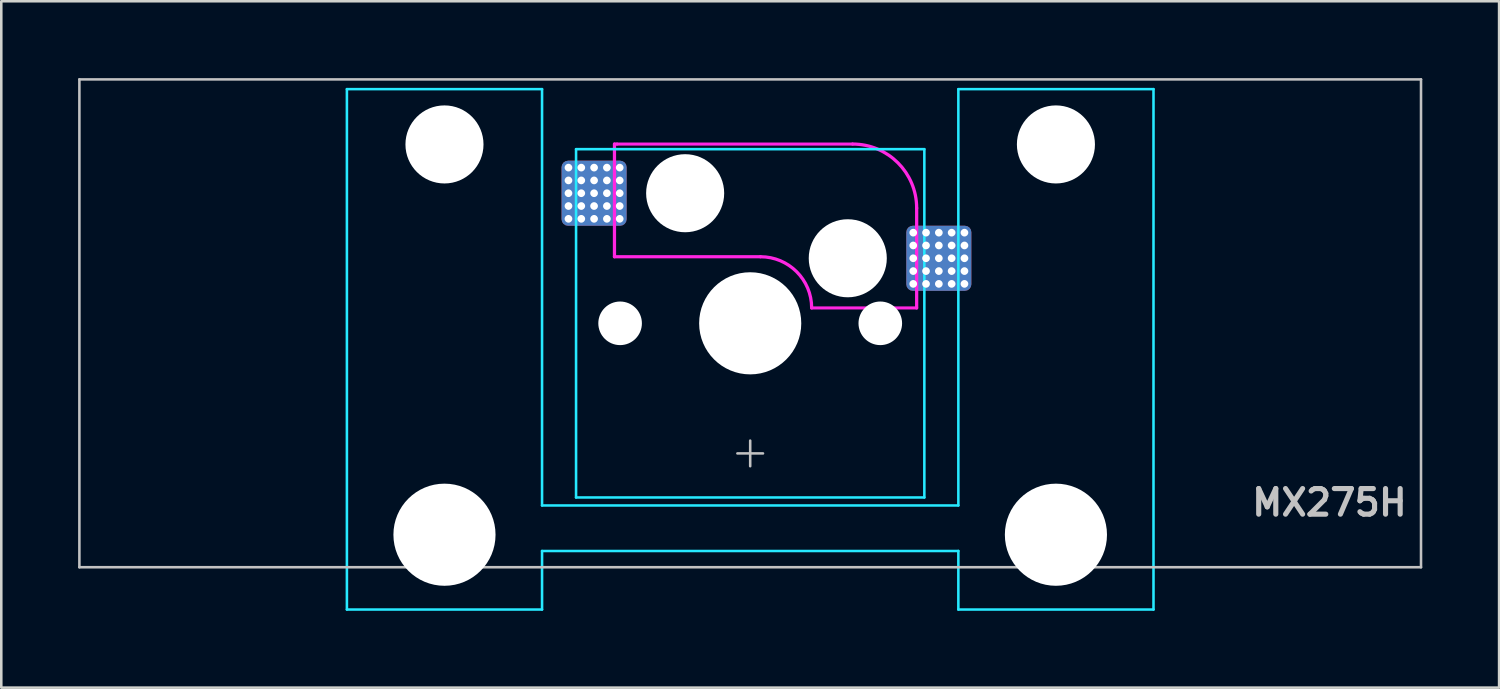
<source format=kicad_pcb>
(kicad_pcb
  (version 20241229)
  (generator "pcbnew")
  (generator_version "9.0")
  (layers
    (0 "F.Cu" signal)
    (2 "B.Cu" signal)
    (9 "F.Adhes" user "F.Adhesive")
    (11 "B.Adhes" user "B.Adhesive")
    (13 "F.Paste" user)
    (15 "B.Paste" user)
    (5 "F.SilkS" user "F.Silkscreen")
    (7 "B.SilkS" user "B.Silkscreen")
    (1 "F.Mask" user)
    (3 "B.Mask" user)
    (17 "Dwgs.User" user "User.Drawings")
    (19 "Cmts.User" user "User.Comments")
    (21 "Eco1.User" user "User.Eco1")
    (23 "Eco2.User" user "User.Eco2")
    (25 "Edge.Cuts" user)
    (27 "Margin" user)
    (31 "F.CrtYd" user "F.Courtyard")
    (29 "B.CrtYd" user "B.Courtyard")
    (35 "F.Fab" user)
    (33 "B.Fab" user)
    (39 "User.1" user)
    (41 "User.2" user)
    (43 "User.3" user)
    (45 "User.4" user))
  (footprint "MX275H"
    (layer "F.Cu")
    (at 26.244 9.575)
    (property "Reference" "MX275H" (at 25.75 7 0) (layer "Dwgs.User") (effects (font (size 1 1) (thickness 0.2)) (justify right)))
    (attr smd)
    (fp_line (start -26.194 -9.525) (end -26.194 9.525) (stroke (width 0.1) (type solid)) (layer "Dwgs.User"))
    (fp_line (start -26.194 -9.525) (end 26.194 -9.525) (stroke (width 0.1) (type solid)) (layer "Dwgs.User"))
    (fp_line (start -26.194 9.525) (end 26.194 9.525) (stroke (width 0.1) (type solid)) (layer "Dwgs.User"))
    (fp_line (start -0.5 5.08) (end 0.5 5.08) (stroke (width 0.1) (type solid)) (layer "Dwgs.User"))
    (fp_line (start 0 4.58) (end 0 5.58) (stroke (width 0.1) (type solid)) (layer "Dwgs.User"))
    (fp_line (start 26.194 -9.525) (end 26.194 9.525) (stroke (width 0.1) (type solid)) (layer "Dwgs.User"))
    (fp_line (start -15.438 -5.485) (end -15.438 8.515) (stroke (width 0.1) (type solid)) (layer "Eco1.User"))
    (fp_line (start -14.938 -5.985) (end -8.938 -5.985) (stroke (width 0.1) (type solid)) (layer "Eco1.User"))
    (fp_line (start -8.938 9.015) (end -14.938 9.015) (stroke (width 0.1) (type solid)) (layer "Eco1.User"))
    (fp_line (start -8.438 8.515) (end -8.438 -5.485) (stroke (width 0.1) (type solid)) (layer "Eco1.User"))
    (fp_line (start -7 -6.5) (end -7 6.5) (stroke (width 0.1) (type solid)) (layer "Eco1.User"))
    (fp_line (start -6.5 7) (end 6.5 7) (stroke (width 0.1) (type solid)) (layer "Eco1.User"))
    (fp_line (start 6.5 -7) (end -6.5 -7) (stroke (width 0.1) (type solid)) (layer "Eco1.User"))
    (fp_line (start 7 6.5) (end 7 -6.5) (stroke (width 0.1) (type solid)) (layer "Eco1.User"))
    (fp_line (start 8.438 -5.485) (end 8.438 8.515) (stroke (width 0.1) (type solid)) (layer "Eco1.User"))
    (fp_line (start 8.938 -5.985) (end 14.938 -5.985) (stroke (width 0.1) (type solid)) (layer "Eco1.User"))
    (fp_line (start 14.938 9.015) (end 8.938 9.015) (stroke (width 0.1) (type solid)) (layer "Eco1.User"))
    (fp_line (start 15.438 8.515) (end 15.438 -5.485) (stroke (width 0.1) (type solid)) (layer "Eco1.User"))
    (fp_arc (start -15.438 -5.485) (mid -15.291553 -5.838553) (end -14.938 -5.985) (stroke (width 0.1) (type solid)) (layer "Eco1.User"))
    (fp_arc (start -14.938 9.015) (mid -15.291553 8.868553) (end -15.438 8.515) (stroke (width 0.1) (type solid)) (layer "Eco1.User"))
    (fp_arc (start -8.938 -5.985) (mid -8.584447 -5.838553) (end -8.438 -5.485) (stroke (width 0.1) (type solid)) (layer "Eco1.User"))
    (fp_arc (start -8.438 8.515) (mid -8.584447 8.868553) (end -8.938 9.015) (stroke (width 0.1) (type solid)) (layer "Eco1.User"))
    (fp_arc (start -7 -6.5) (mid -6.853553 -6.853553) (end -6.5 -7) (stroke (width 0.1) (type solid)) (layer "Eco1.User"))
    (fp_arc (start -6.5 7) (mid -6.853553 6.853553) (end -7 6.5) (stroke (width 0.1) (type solid)) (layer "Eco1.User"))
    (fp_arc (start 6.5 -7) (mid 6.853553 -6.853553) (end 7 -6.5) (stroke (width 0.1) (type solid)) (layer "Eco1.User"))
    (fp_arc (start 7 6.5) (mid 6.853553 6.853553) (end 6.5 7) (stroke (width 0.1) (type solid)) (layer "Eco1.User"))
    (fp_arc (start 8.438 -5.485) (mid 8.584447 -5.838553) (end 8.938 -5.985) (stroke (width 0.1) (type solid)) (layer "Eco1.User"))
    (fp_arc (start 8.938 9.015) (mid 8.584447 8.868553) (end 8.438 8.515) (stroke (width 0.1) (type solid)) (layer "Eco1.User"))
    (fp_arc (start 14.938 -5.985) (mid 15.291553 -5.838553) (end 15.438 -5.485) (stroke (width 0.1) (type solid)) (layer "Eco1.User"))
    (fp_arc (start 15.438 8.515) (mid 15.291553 8.868553) (end 14.938 9.015) (stroke (width 0.1) (type solid)) (layer "Eco1.User"))
    (fp_line (start -15.748 -9.144) (end -15.748 11.176) (stroke (width 0.1) (type solid)) (layer "B.CrtYd"))
    (fp_line (start -15.748 11.176) (end -8.128 11.176) (stroke (width 0.1) (type solid)) (layer "B.CrtYd"))
    (fp_line (start -8.128 -9.144) (end -15.748 -9.144) (stroke (width 0.1) (type solid)) (layer "B.CrtYd"))
    (fp_line (start -8.128 7.112) (end -8.128 -9.144) (stroke (width 0.1) (type solid)) (layer "B.CrtYd"))
    (fp_line (start -8.128 7.112) (end 8.128 7.112) (stroke (width 0.1) (type solid)) (layer "B.CrtYd"))
    (fp_line (start -8.128 8.89) (end -8.128 11.176) (stroke (width 0.1) (type solid)) (layer "B.CrtYd"))
    (fp_line (start -8.128 8.89) (end 8.128 8.89) (stroke (width 0.1) (type solid)) (layer "B.CrtYd"))
    (fp_line (start -6.8 -6.8) (end -6.8 6.8) (stroke (width 0.1) (type solid)) (layer "B.CrtYd"))
    (fp_line (start 6.8 -6.8) (end -6.8 -6.8) (stroke (width 0.1) (type solid)) (layer "B.CrtYd"))
    (fp_line (start 6.8 -6.8) (end 6.8 6.8) (stroke (width 0.1) (type solid)) (layer "B.CrtYd"))
    (fp_line (start 6.8 6.8) (end -6.8 6.8) (stroke (width 0.1) (type solid)) (layer "B.CrtYd"))
    (fp_line (start 8.128 -9.144) (end 15.748 -9.144) (stroke (width 0.1) (type solid)) (layer "B.CrtYd"))
    (fp_line (start 8.128 7.112) (end 8.128 -9.142) (stroke (width 0.1) (type solid)) (layer "B.CrtYd"))
    (fp_line (start 8.128 8.89) (end 8.128 11.176) (stroke (width 0.1) (type solid)) (layer "B.CrtYd"))
    (fp_line (start 15.748 11.176) (end 8.128 11.176) (stroke (width 0.1) (type solid)) (layer "B.CrtYd"))
    (fp_line (start 15.748 11.176) (end 15.748 -9.144) (stroke (width 0.1) (type solid)) (layer "B.CrtYd"))
    (fp_line (start -5.3 -7) (end -5.3 -2.6) (stroke (width 0.127) (type solid)) (layer "F.CrtYd"))
    (fp_line (start -5.2 -7) (end -5.3 -7) (stroke (width 0.12) (type solid)) (layer "F.CrtYd"))
    (fp_line (start 0.4 -2.6) (end -5.3 -2.6) (stroke (width 0.127) (type solid)) (layer "F.CrtYd"))
    (fp_line (start 4 -7) (end -5.2 -7) (stroke (width 0.12) (type solid)) (layer "F.CrtYd"))
    (fp_line (start 6.5 -4.5) (end 6.5 -0.6) (stroke (width 0.127) (type solid)) (layer "F.CrtYd"))
    (fp_line (start 6.5 -0.6) (end 2.4 -0.6) (stroke (width 0.12) (type solid)) (layer "F.CrtYd"))
    (fp_arc (start 0.4 -2.6) (mid 1.814214 -2.014214) (end 2.4 -0.6) (stroke (width 0.127) (type solid)) (layer "F.CrtYd"))
    (fp_arc (start 4 -7) (mid 5.767767 -6.267767) (end 6.5 -4.5) (stroke (width 0.127) (type solid)) (layer "F.CrtYd"))
    (pad "" np_thru_hole circle (at -11.938 -6.985) (size 3.048 3.048) (drill 3.048) (layers "*.Cu" "*.Mask"))
    (pad "" np_thru_hole circle (at -11.938 8.255) (size 3.988 3.988) (drill 3.988) (layers "*.Cu" "*.Mask"))
    (pad "" np_thru_hole circle (at -5.08 0) (size 1.702 1.702) (drill 1.702) (layers "*.Cu" "*.Mask"))
    (pad "" np_thru_hole circle (at -2.54 -5.08) (size 3.048 3.048) (drill 3.048) (layers "*.Cu" "*.Mask"))
    (pad "" np_thru_hole circle (at 0 0) (size 3.988 3.988) (drill 3.988) (layers "*.Cu" "*.Mask"))
    (pad "" np_thru_hole circle (at 3.81 -2.54) (size 3.048 3.048) (drill 3.048) (layers "*.Cu" "*.Mask"))
    (pad "" np_thru_hole circle (at 5.08 0) (size 1.702 1.702) (drill 1.702) (layers "*.Cu" "*.Mask"))
    (pad "" np_thru_hole circle (at 11.938 -6.985) (size 3.048 3.048) (drill 3.048) (layers "*.Cu" "*.Mask"))
    (pad "" np_thru_hole circle (at 11.938 8.255) (size 3.988 3.988) (drill 3.988) (layers "*.Cu" "*.Mask"))
    (pad "1" thru_hole circle (at -7.096 -6.08) (size 0.3 0.3) (drill 0.3) (layers "*.Cu" "F.Mask"))
    (pad "1" thru_hole circle (at -7.096 -5.58) (size 0.3 0.3) (drill 0.3) (layers "*.Cu" "F.Mask"))
    (pad "1" thru_hole circle (at -7.096 -5.08) (size 0.3 0.3) (drill 0.3) (layers "*.Cu" "F.Mask"))
    (pad "1" thru_hole circle (at -7.096 -4.58) (size 0.3 0.3) (drill 0.3) (layers "*.Cu" "F.Mask"))
    (pad "1" thru_hole circle (at -7.096 -4.08) (size 0.3 0.3) (drill 0.3) (layers "*.Cu" "F.Mask"))
    (pad "1" thru_hole circle (at -6.596 -6.08) (size 0.3 0.3) (drill 0.3) (layers "*.Cu" "F.Mask"))
    (pad "1" thru_hole circle (at -6.596 -5.58) (size 0.3 0.3) (drill 0.3) (layers "*.Cu" "F.Mask"))
    (pad "1" thru_hole circle (at -6.596 -5.08) (size 0.3 0.3) (drill 0.3) (layers "*.Cu" "F.Mask"))
    (pad "1" thru_hole circle (at -6.596 -4.58) (size 0.3 0.3) (drill 0.3) (layers "*.Cu" "F.Mask"))
    (pad "1" thru_hole circle (at -6.596 -4.08) (size 0.3 0.3) (drill 0.3) (layers "*.Cu" "F.Mask"))
    (pad "1" thru_hole circle (at -6.096 -6.08) (size 0.3 0.3) (drill 0.3) (layers "*.Cu" "F.Mask"))
    (pad "1" thru_hole circle (at -6.096 -5.58) (size 0.3 0.3) (drill 0.3) (layers "*.Cu" "F.Mask"))
    (pad "1" thru_hole circle (at -6.096 -5.08) (size 0.3 0.3) (drill 0.3) (layers "*.Cu" "F.Mask"))
    (pad "1" smd roundrect (at -6.096 -5.08) (size 2.54 2.54) (layers "F.Cu" "F.Mask") (roundrect_rratio 0.1))
    (pad "1" smd roundrect (at -6.096 -5.08) (size 2.54 2.54) (layers "B.Cu") (roundrect_rratio 0.1))
    (pad "1" thru_hole circle (at -6.096 -4.58) (size 0.3 0.3) (drill 0.3) (layers "*.Cu" "F.Mask"))
    (pad "1" thru_hole circle (at -6.096 -4.08) (size 0.3 0.3) (drill 0.3) (layers "*.Cu" "F.Mask"))
    (pad "1" thru_hole circle (at -5.596 -6.08) (size 0.3 0.3) (drill 0.3) (layers "*.Cu" "F.Mask"))
    (pad "1" thru_hole circle (at -5.596 -5.58) (size 0.3 0.3) (drill 0.3) (layers "*.Cu" "F.Mask"))
    (pad "1" thru_hole circle (at -5.596 -5.08) (size 0.3 0.3) (drill 0.3) (layers "*.Cu" "F.Mask"))
    (pad "1" thru_hole circle (at -5.596 -4.58) (size 0.3 0.3) (drill 0.3) (layers "*.Cu" "F.Mask"))
    (pad "1" thru_hole circle (at -5.596 -4.08) (size 0.3 0.3) (drill 0.3) (layers "*.Cu" "F.Mask"))
    (pad "1" thru_hole circle (at -5.096 -6.08) (size 0.3 0.3) (drill 0.3) (layers "*.Cu" "F.Mask"))
    (pad "1" thru_hole circle (at -5.096 -5.58) (size 0.3 0.3) (drill 0.3) (layers "*.Cu" "F.Mask"))
    (pad "1" thru_hole circle (at -5.096 -5.08) (size 0.3 0.3) (drill 0.3) (layers "*.Cu" "F.Mask"))
    (pad "1" thru_hole circle (at -5.096 -4.58) (size 0.3 0.3) (drill 0.3) (layers "*.Cu" "F.Mask"))
    (pad "1" thru_hole circle (at -5.096 -4.08) (size 0.3 0.3) (drill 0.3) (layers "*.Cu" "F.Mask"))
    (pad "2" thru_hole circle (at 6.366 -3.54) (size 0.3 0.3) (drill 0.3) (layers "*.Cu" "F.Mask"))
    (pad "2" thru_hole circle (at 6.366 -3.04) (size 0.3 0.3) (drill 0.3) (layers "*.Cu" "F.Mask"))
    (pad "2" thru_hole circle (at 6.366 -2.54) (size 0.3 0.3) (drill 0.3) (layers "*.Cu" "F.Mask"))
    (pad "2" thru_hole circle (at 6.366 -2.04) (size 0.3 0.3) (drill 0.3) (layers "*.Cu" "F.Mask"))
    (pad "2" thru_hole circle (at 6.366 -1.54) (size 0.3 0.3) (drill 0.3) (layers "*.Cu" "F.Mask"))
    (pad "2" thru_hole circle (at 6.866 -3.54) (size 0.3 0.3) (drill 0.3) (layers "*.Cu" "F.Mask"))
    (pad "2" thru_hole circle (at 6.866 -3.04) (size 0.3 0.3) (drill 0.3) (layers "*.Cu" "F.Mask"))
    (pad "2" thru_hole circle (at 6.866 -2.54) (size 0.3 0.3) (drill 0.3) (layers "*.Cu" "F.Mask"))
    (pad "2" thru_hole circle (at 6.866 -2.04) (size 0.3 0.3) (drill 0.3) (layers "*.Cu" "F.Mask"))
    (pad "2" thru_hole circle (at 6.866 -1.54) (size 0.3 0.3) (drill 0.3) (layers "*.Cu" "F.Mask"))
    (pad "2" thru_hole circle (at 7.366 -3.54) (size 0.3 0.3) (drill 0.3) (layers "*.Cu" "F.Mask"))
    (pad "2" thru_hole circle (at 7.366 -3.04) (size 0.3 0.3) (drill 0.3) (layers "*.Cu" "F.Mask"))
    (pad "2" thru_hole circle (at 7.366 -2.54) (size 0.3 0.3) (drill 0.3) (layers "*.Cu" "F.Mask"))
    (pad "2" smd roundrect (at 7.366 -2.54) (size 2.54 2.54) (layers "F.Cu" "F.Mask") (roundrect_rratio 0.1))
    (pad "2" smd roundrect (at 7.366 -2.54) (size 2.54 2.54) (layers "B.Cu") (roundrect_rratio 0.1))
    (pad "2" thru_hole circle (at 7.366 -2.04) (size 0.3 0.3) (drill 0.3) (layers "*.Cu" "F.Mask"))
    (pad "2" thru_hole circle (at 7.366 -1.54) (size 0.3 0.3) (drill 0.3) (layers "*.Cu" "F.Mask"))
    (pad "2" thru_hole circle (at 7.866 -3.54) (size 0.3 0.3) (drill 0.3) (layers "*.Cu" "F.Mask"))
    (pad "2" thru_hole circle (at 7.866 -3.04) (size 0.3 0.3) (drill 0.3) (layers "*.Cu" "F.Mask"))
    (pad "2" thru_hole circle (at 7.866 -2.54) (size 0.3 0.3) (drill 0.3) (layers "*.Cu" "F.Mask"))
    (pad "2" thru_hole circle (at 7.866 -2.04) (size 0.3 0.3) (drill 0.3) (layers "*.Cu" "F.Mask"))
    (pad "2" thru_hole circle (at 7.866 -1.54) (size 0.3 0.3) (drill 0.3) (layers "*.Cu" "F.Mask"))
    (pad "2" thru_hole circle (at 8.366 -3.54) (size 0.3 0.3) (drill 0.3) (layers "*.Cu" "F.Mask"))
    (pad "2" thru_hole circle (at 8.366 -3.04) (size 0.3 0.3) (drill 0.3) (layers "*.Cu" "F.Mask"))
    (pad "2" thru_hole circle (at 8.366 -2.54) (size 0.3 0.3) (drill 0.3) (layers "*.Cu" "F.Mask"))
    (pad "2" thru_hole circle (at 8.366 -2.04) (size 0.3 0.3) (drill 0.3) (layers "*.Cu" "F.Mask"))
    (pad "2" thru_hole circle (at 8.366 -1.54) (size 0.3 0.3) (drill 0.3) (layers "*.Cu" "F.Mask")))
  (gr_rect
    (start -3 -3)
    (end 55.487 23.801)
    (stroke (width 0.1) (type default))
    (fill no)
    (layer "Edge.Cuts")))
</source>
